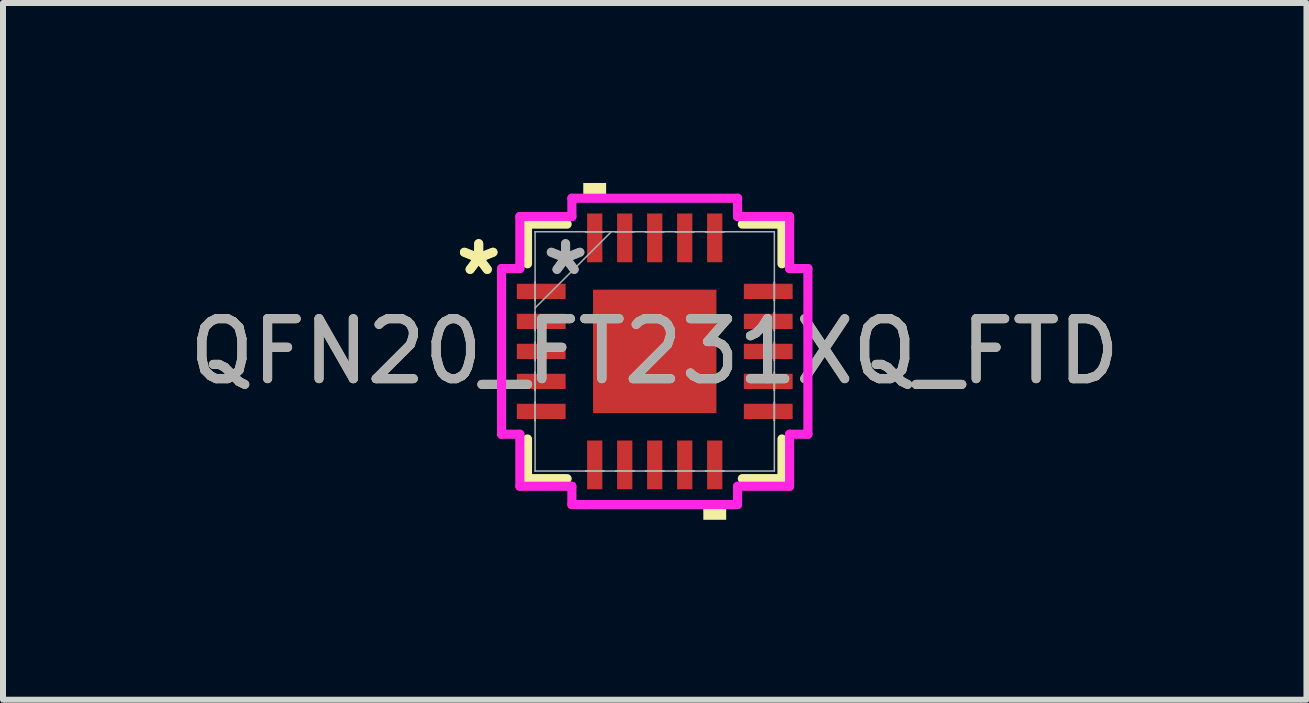
<source format=kicad_pcb>
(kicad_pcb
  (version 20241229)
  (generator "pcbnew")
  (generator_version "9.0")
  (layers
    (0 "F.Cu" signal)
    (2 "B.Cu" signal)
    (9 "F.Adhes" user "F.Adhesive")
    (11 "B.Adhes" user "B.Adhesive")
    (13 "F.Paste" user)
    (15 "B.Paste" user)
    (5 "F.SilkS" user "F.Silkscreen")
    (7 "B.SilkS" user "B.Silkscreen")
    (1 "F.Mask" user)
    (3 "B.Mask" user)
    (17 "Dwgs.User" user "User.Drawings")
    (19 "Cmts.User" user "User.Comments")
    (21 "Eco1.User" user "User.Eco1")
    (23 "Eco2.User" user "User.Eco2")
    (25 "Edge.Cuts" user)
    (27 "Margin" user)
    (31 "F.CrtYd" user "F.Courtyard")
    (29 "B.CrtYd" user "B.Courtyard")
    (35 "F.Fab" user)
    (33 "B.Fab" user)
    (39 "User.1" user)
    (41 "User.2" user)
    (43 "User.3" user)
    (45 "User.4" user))
  (footprint "QFN20_FT231XQ_FTD"
    (layer "F.Cu")
    (at 7.863 2.807)
    (property "Reference" "QFN20_FT231XQ_FTD" (at 0 0 0) (unlocked yes) (layer "F.SilkS") (effects (font (size 1 1) (thickness 0.15))))
    (attr smd)
    (fp_line (start -2.121 -2.121) (end -2.121 -1.46) (stroke (width 0.152) (type solid)) (layer "F.SilkS"))
    (fp_line (start -2.121 1.46) (end -2.121 2.121) (stroke (width 0.152) (type solid)) (layer "F.SilkS"))
    (fp_line (start -2.121 2.121) (end -1.46 2.121) (stroke (width 0.152) (type solid)) (layer "F.SilkS"))
    (fp_line (start -1.46 -2.121) (end -2.121 -2.121) (stroke (width 0.152) (type solid)) (layer "F.SilkS"))
    (fp_line (start 1.46 2.121) (end 2.121 2.121) (stroke (width 0.152) (type solid)) (layer "F.SilkS"))
    (fp_line (start 2.121 -2.121) (end 1.46 -2.121) (stroke (width 0.152) (type solid)) (layer "F.SilkS"))
    (fp_line (start 2.121 -1.46) (end 2.121 -2.121) (stroke (width 0.152) (type solid)) (layer "F.SilkS"))
    (fp_line (start 2.121 2.121) (end 2.121 1.46) (stroke (width 0.152) (type solid)) (layer "F.SilkS"))
    (fp_poly (pts (xy -1.191 -2.553) (xy -1.191 -2.807) (xy -0.81 -2.807) (xy -0.81 -2.553)) (stroke (width 0) (type solid)) (fill yes) (layer "F.SilkS"))
    (fp_poly (pts (xy 0.81 2.553) (xy 0.81 2.807) (xy 1.191 2.807) (xy 1.191 2.553)) (stroke (width 0) (type solid)) (fill yes) (layer "F.SilkS"))
    (fp_line (start -2.553 -1.381) (end -2.248 -1.381) (stroke (width 0.152) (type solid)) (layer "F.CrtYd"))
    (fp_line (start -2.553 1.381) (end -2.553 -1.381) (stroke (width 0.152) (type solid)) (layer "F.CrtYd"))
    (fp_line (start -2.248 -2.248) (end -1.381 -2.248) (stroke (width 0.152) (type solid)) (layer "F.CrtYd"))
    (fp_line (start -2.248 -1.381) (end -2.248 -2.248) (stroke (width 0.152) (type solid)) (layer "F.CrtYd"))
    (fp_line (start -2.248 1.381) (end -2.553 1.381) (stroke (width 0.152) (type solid)) (layer "F.CrtYd"))
    (fp_line (start -2.248 2.248) (end -2.248 1.381) (stroke (width 0.152) (type solid)) (layer "F.CrtYd"))
    (fp_line (start -1.381 -2.553) (end 1.381 -2.553) (stroke (width 0.152) (type solid)) (layer "F.CrtYd"))
    (fp_line (start -1.381 -2.248) (end -1.381 -2.553) (stroke (width 0.152) (type solid)) (layer "F.CrtYd"))
    (fp_line (start -1.381 2.248) (end -2.248 2.248) (stroke (width 0.152) (type solid)) (layer "F.CrtYd"))
    (fp_line (start -1.381 2.553) (end -1.381 2.248) (stroke (width 0.152) (type solid)) (layer "F.CrtYd"))
    (fp_line (start 1.381 -2.553) (end 1.381 -2.248) (stroke (width 0.152) (type solid)) (layer "F.CrtYd"))
    (fp_line (start 1.381 -2.248) (end 2.248 -2.248) (stroke (width 0.152) (type solid)) (layer "F.CrtYd"))
    (fp_line (start 1.381 2.248) (end 1.381 2.553) (stroke (width 0.152) (type solid)) (layer "F.CrtYd"))
    (fp_line (start 1.381 2.553) (end -1.381 2.553) (stroke (width 0.152) (type solid)) (layer "F.CrtYd"))
    (fp_line (start 2.248 -2.248) (end 2.248 -1.381) (stroke (width 0.152) (type solid)) (layer "F.CrtYd"))
    (fp_line (start 2.248 -1.381) (end 2.553 -1.381) (stroke (width 0.152) (type solid)) (layer "F.CrtYd"))
    (fp_line (start 2.248 1.381) (end 2.248 2.248) (stroke (width 0.152) (type solid)) (layer "F.CrtYd"))
    (fp_line (start 2.248 2.248) (end 1.381 2.248) (stroke (width 0.152) (type solid)) (layer "F.CrtYd"))
    (fp_line (start 2.553 -1.381) (end 2.553 1.381) (stroke (width 0.152) (type solid)) (layer "F.CrtYd"))
    (fp_line (start 2.553 1.381) (end 2.248 1.381) (stroke (width 0.152) (type solid)) (layer "F.CrtYd"))
    (fp_line (start -1.994 -1.994) (end -1.994 -1.994) (stroke (width 0.025) (type solid)) (layer "F.Fab"))
    (fp_line (start -1.994 -1.994) (end -1.994 1.994) (stroke (width 0.025) (type solid)) (layer "F.Fab"))
    (fp_line (start -1.994 -1.152) (end -1.994 -1.152) (stroke (width 0.025) (type solid)) (layer "F.Fab"))
    (fp_line (start -1.994 -1.152) (end -1.994 -0.848) (stroke (width 0.025) (type solid)) (layer "F.Fab"))
    (fp_line (start -1.994 -0.848) (end -1.994 -1.152) (stroke (width 0.025) (type solid)) (layer "F.Fab"))
    (fp_line (start -1.994 -0.848) (end -1.994 -0.848) (stroke (width 0.025) (type solid)) (layer "F.Fab"))
    (fp_line (start -1.994 -0.724) (end -0.724 -1.994) (stroke (width 0.025) (type solid)) (layer "F.Fab"))
    (fp_line (start -1.994 -0.652) (end -1.994 -0.652) (stroke (width 0.025) (type solid)) (layer "F.Fab"))
    (fp_line (start -1.994 -0.652) (end -1.994 -0.348) (stroke (width 0.025) (type solid)) (layer "F.Fab"))
    (fp_line (start -1.994 -0.348) (end -1.994 -0.652) (stroke (width 0.025) (type solid)) (layer "F.Fab"))
    (fp_line (start -1.994 -0.348) (end -1.994 -0.348) (stroke (width 0.025) (type solid)) (layer "F.Fab"))
    (fp_line (start -1.994 -0.152) (end -1.994 -0.152) (stroke (width 0.025) (type solid)) (layer "F.Fab"))
    (fp_line (start -1.994 -0.152) (end -1.994 0.152) (stroke (width 0.025) (type solid)) (layer "F.Fab"))
    (fp_line (start -1.994 0.152) (end -1.994 -0.152) (stroke (width 0.025) (type solid)) (layer "F.Fab"))
    (fp_line (start -1.994 0.152) (end -1.994 0.152) (stroke (width 0.025) (type solid)) (layer "F.Fab"))
    (fp_line (start -1.994 0.348) (end -1.994 0.348) (stroke (width 0.025) (type solid)) (layer "F.Fab"))
    (fp_line (start -1.994 0.348) (end -1.994 0.652) (stroke (width 0.025) (type solid)) (layer "F.Fab"))
    (fp_line (start -1.994 0.652) (end -1.994 0.348) (stroke (width 0.025) (type solid)) (layer "F.Fab"))
    (fp_line (start -1.994 0.652) (end -1.994 0.652) (stroke (width 0.025) (type solid)) (layer "F.Fab"))
    (fp_line (start -1.994 0.848) (end -1.994 0.848) (stroke (width 0.025) (type solid)) (layer "F.Fab"))
    (fp_line (start -1.994 0.848) (end -1.994 1.152) (stroke (width 0.025) (type solid)) (layer "F.Fab"))
    (fp_line (start -1.994 1.152) (end -1.994 0.848) (stroke (width 0.025) (type solid)) (layer "F.Fab"))
    (fp_line (start -1.994 1.152) (end -1.994 1.152) (stroke (width 0.025) (type solid)) (layer "F.Fab"))
    (fp_line (start -1.994 1.994) (end -1.994 1.994) (stroke (width 0.025) (type solid)) (layer "F.Fab"))
    (fp_line (start -1.994 1.994) (end 1.994 1.994) (stroke (width 0.025) (type solid)) (layer "F.Fab"))
    (fp_line (start -1.152 -1.994) (end -1.152 -1.994) (stroke (width 0.025) (type solid)) (layer "F.Fab"))
    (fp_line (start -1.152 -1.994) (end -0.848 -1.994) (stroke (width 0.025) (type solid)) (layer "F.Fab"))
    (fp_line (start -1.152 1.994) (end -1.152 1.994) (stroke (width 0.025) (type solid)) (layer "F.Fab"))
    (fp_line (start -1.152 1.994) (end -0.848 1.994) (stroke (width 0.025) (type solid)) (layer "F.Fab"))
    (fp_line (start -0.848 -1.994) (end -1.152 -1.994) (stroke (width 0.025) (type solid)) (layer "F.Fab"))
    (fp_line (start -0.848 -1.994) (end -0.848 -1.994) (stroke (width 0.025) (type solid)) (layer "F.Fab"))
    (fp_line (start -0.848 1.994) (end -1.152 1.994) (stroke (width 0.025) (type solid)) (layer "F.Fab"))
    (fp_line (start -0.848 1.994) (end -0.848 1.994) (stroke (width 0.025) (type solid)) (layer "F.Fab"))
    (fp_line (start -0.652 -1.994) (end -0.652 -1.994) (stroke (width 0.025) (type solid)) (layer "F.Fab"))
    (fp_line (start -0.652 -1.994) (end -0.348 -1.994) (stroke (width 0.025) (type solid)) (layer "F.Fab"))
    (fp_line (start -0.652 1.994) (end -0.652 1.994) (stroke (width 0.025) (type solid)) (layer "F.Fab"))
    (fp_line (start -0.652 1.994) (end -0.348 1.994) (stroke (width 0.025) (type solid)) (layer "F.Fab"))
    (fp_line (start -0.348 -1.994) (end -0.652 -1.994) (stroke (width 0.025) (type solid)) (layer "F.Fab"))
    (fp_line (start -0.348 -1.994) (end -0.348 -1.994) (stroke (width 0.025) (type solid)) (layer "F.Fab"))
    (fp_line (start -0.348 1.994) (end -0.652 1.994) (stroke (width 0.025) (type solid)) (layer "F.Fab"))
    (fp_line (start -0.348 1.994) (end -0.348 1.994) (stroke (width 0.025) (type solid)) (layer "F.Fab"))
    (fp_line (start -0.152 -1.994) (end -0.152 -1.994) (stroke (width 0.025) (type solid)) (layer "F.Fab"))
    (fp_line (start -0.152 -1.994) (end 0.152 -1.994) (stroke (width 0.025) (type solid)) (layer "F.Fab"))
    (fp_line (start -0.152 1.994) (end -0.152 1.994) (stroke (width 0.025) (type solid)) (layer "F.Fab"))
    (fp_line (start -0.152 1.994) (end 0.152 1.994) (stroke (width 0.025) (type solid)) (layer "F.Fab"))
    (fp_line (start 0.152 -1.994) (end -0.152 -1.994) (stroke (width 0.025) (type solid)) (layer "F.Fab"))
    (fp_line (start 0.152 -1.994) (end 0.152 -1.994) (stroke (width 0.025) (type solid)) (layer "F.Fab"))
    (fp_line (start 0.152 1.994) (end -0.152 1.994) (stroke (width 0.025) (type solid)) (layer "F.Fab"))
    (fp_line (start 0.152 1.994) (end 0.152 1.994) (stroke (width 0.025) (type solid)) (layer "F.Fab"))
    (fp_line (start 0.348 -1.994) (end 0.348 -1.994) (stroke (width 0.025) (type solid)) (layer "F.Fab"))
    (fp_line (start 0.348 -1.994) (end 0.652 -1.994) (stroke (width 0.025) (type solid)) (layer "F.Fab"))
    (fp_line (start 0.348 1.994) (end 0.348 1.994) (stroke (width 0.025) (type solid)) (layer "F.Fab"))
    (fp_line (start 0.348 1.994) (end 0.652 1.994) (stroke (width 0.025) (type solid)) (layer "F.Fab"))
    (fp_line (start 0.652 -1.994) (end 0.348 -1.994) (stroke (width 0.025) (type solid)) (layer "F.Fab"))
    (fp_line (start 0.652 -1.994) (end 0.652 -1.994) (stroke (width 0.025) (type solid)) (layer "F.Fab"))
    (fp_line (start 0.652 1.994) (end 0.348 1.994) (stroke (width 0.025) (type solid)) (layer "F.Fab"))
    (fp_line (start 0.652 1.994) (end 0.652 1.994) (stroke (width 0.025) (type solid)) (layer "F.Fab"))
    (fp_line (start 0.848 -1.994) (end 0.848 -1.994) (stroke (width 0.025) (type solid)) (layer "F.Fab"))
    (fp_line (start 0.848 -1.994) (end 1.152 -1.994) (stroke (width 0.025) (type solid)) (layer "F.Fab"))
    (fp_line (start 0.848 1.994) (end 0.848 1.994) (stroke (width 0.025) (type solid)) (layer "F.Fab"))
    (fp_line (start 0.848 1.994) (end 1.152 1.994) (stroke (width 0.025) (type solid)) (layer "F.Fab"))
    (fp_line (start 1.152 -1.994) (end 0.848 -1.994) (stroke (width 0.025) (type solid)) (layer "F.Fab"))
    (fp_line (start 1.152 -1.994) (end 1.152 -1.994) (stroke (width 0.025) (type solid)) (layer "F.Fab"))
    (fp_line (start 1.152 1.994) (end 0.848 1.994) (stroke (width 0.025) (type solid)) (layer "F.Fab"))
    (fp_line (start 1.152 1.994) (end 1.152 1.994) (stroke (width 0.025) (type solid)) (layer "F.Fab"))
    (fp_line (start 1.994 -1.994) (end -1.994 -1.994) (stroke (width 0.025) (type solid)) (layer "F.Fab"))
    (fp_line (start 1.994 -1.994) (end 1.994 -1.994) (stroke (width 0.025) (type solid)) (layer "F.Fab"))
    (fp_line (start 1.994 -1.152) (end 1.994 -1.152) (stroke (width 0.025) (type solid)) (layer "F.Fab"))
    (fp_line (start 1.994 -1.152) (end 1.994 -0.848) (stroke (width 0.025) (type solid)) (layer "F.Fab"))
    (fp_line (start 1.994 -0.848) (end 1.994 -1.152) (stroke (width 0.025) (type solid)) (layer "F.Fab"))
    (fp_line (start 1.994 -0.848) (end 1.994 -0.848) (stroke (width 0.025) (type solid)) (layer "F.Fab"))
    (fp_line (start 1.994 -0.652) (end 1.994 -0.652) (stroke (width 0.025) (type solid)) (layer "F.Fab"))
    (fp_line (start 1.994 -0.652) (end 1.994 -0.348) (stroke (width 0.025) (type solid)) (layer "F.Fab"))
    (fp_line (start 1.994 -0.348) (end 1.994 -0.652) (stroke (width 0.025) (type solid)) (layer "F.Fab"))
    (fp_line (start 1.994 -0.348) (end 1.994 -0.348) (stroke (width 0.025) (type solid)) (layer "F.Fab"))
    (fp_line (start 1.994 -0.152) (end 1.994 -0.152) (stroke (width 0.025) (type solid)) (layer "F.Fab"))
    (fp_line (start 1.994 -0.152) (end 1.994 0.152) (stroke (width 0.025) (type solid)) (layer "F.Fab"))
    (fp_line (start 1.994 0.152) (end 1.994 -0.152) (stroke (width 0.025) (type solid)) (layer "F.Fab"))
    (fp_line (start 1.994 0.152) (end 1.994 0.152) (stroke (width 0.025) (type solid)) (layer "F.Fab"))
    (fp_line (start 1.994 0.348) (end 1.994 0.348) (stroke (width 0.025) (type solid)) (layer "F.Fab"))
    (fp_line (start 1.994 0.348) (end 1.994 0.652) (stroke (width 0.025) (type solid)) (layer "F.Fab"))
    (fp_line (start 1.994 0.652) (end 1.994 0.348) (stroke (width 0.025) (type solid)) (layer "F.Fab"))
    (fp_line (start 1.994 0.652) (end 1.994 0.652) (stroke (width 0.025) (type solid)) (layer "F.Fab"))
    (fp_line (start 1.994 0.848) (end 1.994 0.848) (stroke (width 0.025) (type solid)) (layer "F.Fab"))
    (fp_line (start 1.994 0.848) (end 1.994 1.152) (stroke (width 0.025) (type solid)) (layer "F.Fab"))
    (fp_line (start 1.994 1.152) (end 1.994 0.848) (stroke (width 0.025) (type solid)) (layer "F.Fab"))
    (fp_line (start 1.994 1.152) (end 1.994 1.152) (stroke (width 0.025) (type solid)) (layer "F.Fab"))
    (fp_line (start 1.994 1.994) (end 1.994 -1.994) (stroke (width 0.025) (type solid)) (layer "F.Fab"))
    (fp_line (start 1.994 1.994) (end 1.994 1.994) (stroke (width 0.025) (type solid)) (layer "F.Fab"))
    (fp_text user "*" (at -2.934 -1.25 0) (unlocked yes) (layer "F.SilkS") (effects (font (size 1 1) (thickness 0.15))))
    (fp_text user "*" (at -2.934 -1.25 0) (layer "F.SilkS") (effects (font (size 1 1) (thickness 0.15))))
    (fp_text user "*" (at -1.486 -1.25 0) (layer "F.Fab") (effects (font (size 1 1) (thickness 0.15))))
    (fp_text user "*" (at -1.486 -1.25 0) (unlocked yes) (layer "F.Fab") (effects (font (size 1 1) (thickness 0.15))))
    (fp_text user "${REFERENCE}" (at 0 0 0) (unlocked yes) (layer "F.Fab") (effects (font (size 1 1) (thickness 0.15))))
    (pad "1" smd rect (at -1.892 -1 90) (size 0.254 0.813) (layers "F.Cu" "F.Mask" "F.Paste"))
    (pad "2" smd rect (at -1.892 -0.5 90) (size 0.254 0.813) (layers "F.Cu" "F.Mask" "F.Paste"))
    (pad "3" smd rect (at -1.892 0 90) (size 0.254 0.813) (layers "F.Cu" "F.Mask" "F.Paste"))
    (pad "4" smd rect (at -1.892 0.5 90) (size 0.254 0.813) (layers "F.Cu" "F.Mask" "F.Paste"))
    (pad "5" smd rect (at -1.892 1 90) (size 0.254 0.813) (layers "F.Cu" "F.Mask" "F.Paste"))
    (pad "6" smd rect (at -1 1.892) (size 0.254 0.813) (layers "F.Cu" "F.Mask" "F.Paste"))
    (pad "7" smd rect (at -0.5 1.892) (size 0.254 0.813) (layers "F.Cu" "F.Mask" "F.Paste"))
    (pad "8" smd rect (at 0 1.892) (size 0.254 0.813) (layers "F.Cu" "F.Mask" "F.Paste"))
    (pad "9" smd rect (at 0.5 1.892) (size 0.254 0.813) (layers "F.Cu" "F.Mask" "F.Paste"))
    (pad "10" smd rect (at 1 1.892) (size 0.254 0.813) (layers "F.Cu" "F.Mask" "F.Paste"))
    (pad "11" smd rect (at 1.892 1 90) (size 0.254 0.813) (layers "F.Cu" "F.Mask" "F.Paste"))
    (pad "12" smd rect (at 1.892 0.5 90) (size 0.254 0.813) (layers "F.Cu" "F.Mask" "F.Paste"))
    (pad "13" smd rect (at 1.892 0 90) (size 0.254 0.813) (layers "F.Cu" "F.Mask" "F.Paste"))
    (pad "14" smd rect (at 1.892 -0.5 90) (size 0.254 0.813) (layers "F.Cu" "F.Mask" "F.Paste"))
    (pad "15" smd rect (at 1.892 -1 90) (size 0.254 0.813) (layers "F.Cu" "F.Mask" "F.Paste"))
    (pad "16" smd rect (at 1 -1.892) (size 0.254 0.813) (layers "F.Cu" "F.Mask" "F.Paste"))
    (pad "17" smd rect (at 0.5 -1.892) (size 0.254 0.813) (layers "F.Cu" "F.Mask" "F.Paste"))
    (pad "18" smd rect (at 0 -1.892) (size 0.254 0.813) (layers "F.Cu" "F.Mask" "F.Paste"))
    (pad "19" smd rect (at -0.5 -1.892) (size 0.254 0.813) (layers "F.Cu" "F.Mask" "F.Paste"))
    (pad "20" smd rect (at -1 -1.892) (size 0.254 0.813) (layers "F.Cu" "F.Mask" "F.Paste"))
    (pad "21" smd rect (at 0 0) (size 2.057 2.057) (layers "F.Cu" "F.Mask" "F.Paste")))
  (gr_rect
    (start -3 -3)
    (end 18.726 8.613)
    (stroke (width 0.1) (type default))
    (fill no)
    (layer "Edge.Cuts")))
</source>
